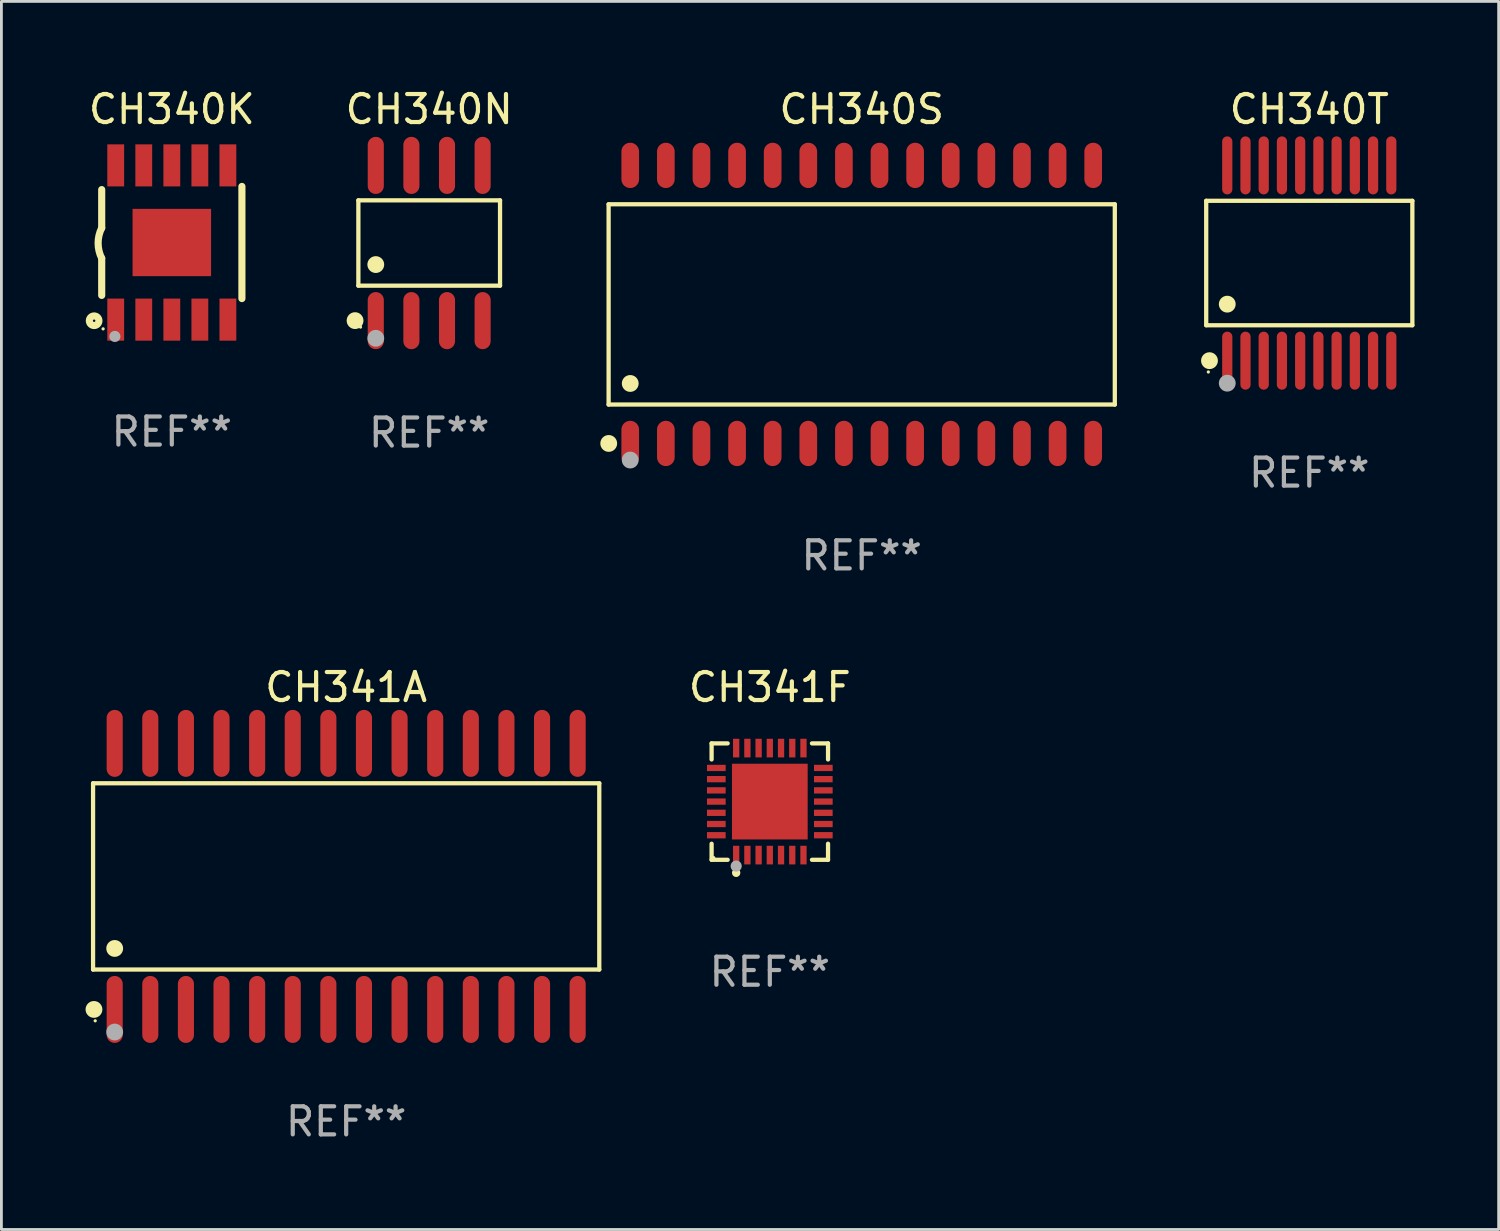
<source format=kicad_pcb>
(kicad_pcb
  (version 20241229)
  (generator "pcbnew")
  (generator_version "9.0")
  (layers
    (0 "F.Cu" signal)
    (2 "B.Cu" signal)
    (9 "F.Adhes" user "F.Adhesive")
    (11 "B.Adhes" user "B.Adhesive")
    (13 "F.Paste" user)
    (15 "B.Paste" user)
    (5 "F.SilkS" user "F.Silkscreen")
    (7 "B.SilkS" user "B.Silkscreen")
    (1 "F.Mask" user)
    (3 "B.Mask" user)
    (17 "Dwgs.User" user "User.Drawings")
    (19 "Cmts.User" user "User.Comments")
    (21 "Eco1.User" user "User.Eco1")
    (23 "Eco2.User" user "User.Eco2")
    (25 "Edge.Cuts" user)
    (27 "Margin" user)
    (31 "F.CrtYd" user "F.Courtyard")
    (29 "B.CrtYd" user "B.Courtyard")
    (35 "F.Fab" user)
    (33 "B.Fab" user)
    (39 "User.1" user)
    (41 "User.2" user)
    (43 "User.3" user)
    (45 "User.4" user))
  (footprint "CH340N"
    (layer "F.Cu")
    (at 12.256 5.616)
    (property "Reference" "CH340N" (at 0 -4.768 0) (layer "F.SilkS") (effects (font (size 1 1) (thickness 0.15))))
    (attr through_hole)
    (fp_line (start -2.526 -1.521) (end 2.526 -1.521) (stroke (width 0.152) (type solid)) (layer "F.SilkS"))
    (fp_line (start -2.526 1.521) (end -2.526 -1.521) (stroke (width 0.152) (type solid)) (layer "F.SilkS"))
    (fp_line (start 2.526 -1.521) (end 2.526 1.521) (stroke (width 0.152) (type solid)) (layer "F.SilkS"))
    (fp_line (start 2.526 1.521) (end -2.526 1.521) (stroke (width 0.152) (type solid)) (layer "F.SilkS"))
    (fp_circle (center -2.644 2.768) (end -2.494 2.768) (stroke (width 0.3) (type solid)) (fill no) (layer "F.SilkS"))
    (fp_circle (center -2.45 2.998) (end -2.42 2.998) (stroke (width 0.06) (type solid)) (fill no) (layer "F.SilkS"))
    (fp_circle (center -1.905 0.769) (end -1.755 0.769) (stroke (width 0.3) (type solid)) (fill no) (layer "F.SilkS"))
    (fp_circle (center -1.905 3.398) (end -1.755 3.398) (stroke (width 0.3) (type solid)) (fill no) (layer "F.Fab"))
    (fp_text user "REF**" (at 0 6.768 0) (layer "F.Fab") (effects (font (size 1 1) (thickness 0.15))))
    (pad "1" smd oval (at -1.905 2.768) (size 0.574 2.036) (layers "F.Cu" "F.Mask" "F.Paste"))
    (pad "2" smd oval (at -0.635 2.768) (size 0.574 2.036) (layers "F.Cu" "F.Mask" "F.Paste"))
    (pad "3" smd oval (at 0.635 2.768) (size 0.574 2.036) (layers "F.Cu" "F.Mask" "F.Paste"))
    (pad "4" smd oval (at 1.905 2.768) (size 0.574 2.036) (layers "F.Cu" "F.Mask" "F.Paste"))
    (pad "5" smd oval (at 1.905 -2.768) (size 0.574 2.036) (layers "F.Cu" "F.Mask" "F.Paste"))
    (pad "6" smd oval (at 0.635 -2.768) (size 0.574 2.036) (layers "F.Cu" "F.Mask" "F.Paste"))
    (pad "7" smd oval (at -0.635 -2.768) (size 0.574 2.036) (layers "F.Cu" "F.Mask" "F.Paste"))
    (pad "8" smd oval (at -1.905 -2.768) (size 0.574 2.036) (layers "F.Cu" "F.Mask" "F.Paste")))
  (footprint "CH340S"
    (layer "F.Cu")
    (at 27.68 7.806)
    (property "Reference" "CH340S" (at 0 -6.958 0) (layer "F.SilkS") (effects (font (size 1 1) (thickness 0.15))))
    (attr through_hole)
    (fp_line (start -9.026 -3.571) (end 9.026 -3.571) (stroke (width 0.152) (type solid)) (layer "F.SilkS"))
    (fp_line (start -9.026 3.571) (end -9.026 -3.571) (stroke (width 0.152) (type solid)) (layer "F.SilkS"))
    (fp_line (start 9.026 -3.571) (end 9.026 3.571) (stroke (width 0.152) (type solid)) (layer "F.SilkS"))
    (fp_line (start 9.026 3.571) (end -9.026 3.571) (stroke (width 0.152) (type solid)) (layer "F.SilkS"))
    (fp_circle (center -9.022 4.958) (end -8.872 4.958) (stroke (width 0.3) (type solid)) (fill no) (layer "F.SilkS"))
    (fp_circle (center -8.95 5.15) (end -8.92 5.15) (stroke (width 0.06) (type solid)) (fill no) (layer "F.SilkS"))
    (fp_circle (center -8.255 2.819) (end -8.105 2.819) (stroke (width 0.3) (type solid)) (fill no) (layer "F.SilkS"))
    (fp_circle (center -8.255 5.55) (end -8.105 5.55) (stroke (width 0.3) (type solid)) (fill no) (layer "F.Fab"))
    (fp_text user "REF**" (at 0 8.958 0) (layer "F.Fab") (effects (font (size 1 1) (thickness 0.15))))
    (pad "1" smd oval (at -8.255 4.958) (size 0.63 1.615) (layers "F.Cu" "F.Mask" "F.Paste"))
    (pad "2" smd oval (at -6.985 4.958) (size 0.63 1.615) (layers "F.Cu" "F.Mask" "F.Paste"))
    (pad "3" smd oval (at -5.715 4.958) (size 0.63 1.615) (layers "F.Cu" "F.Mask" "F.Paste"))
    (pad "4" smd oval (at -4.445 4.958) (size 0.63 1.615) (layers "F.Cu" "F.Mask" "F.Paste"))
    (pad "5" smd oval (at -3.175 4.958) (size 0.63 1.615) (layers "F.Cu" "F.Mask" "F.Paste"))
    (pad "6" smd oval (at -1.905 4.958) (size 0.63 1.615) (layers "F.Cu" "F.Mask" "F.Paste"))
    (pad "7" smd oval (at -0.635 4.958) (size 0.63 1.615) (layers "F.Cu" "F.Mask" "F.Paste"))
    (pad "8" smd oval (at 0.635 4.958) (size 0.63 1.615) (layers "F.Cu" "F.Mask" "F.Paste"))
    (pad "9" smd oval (at 1.905 4.958) (size 0.63 1.615) (layers "F.Cu" "F.Mask" "F.Paste"))
    (pad "10" smd oval (at 3.175 4.958) (size 0.63 1.615) (layers "F.Cu" "F.Mask" "F.Paste"))
    (pad "11" smd oval (at 4.445 4.958) (size 0.63 1.615) (layers "F.Cu" "F.Mask" "F.Paste"))
    (pad "12" smd oval (at 5.715 4.958) (size 0.63 1.615) (layers "F.Cu" "F.Mask" "F.Paste"))
    (pad "13" smd oval (at 6.985 4.958) (size 0.63 1.615) (layers "F.Cu" "F.Mask" "F.Paste"))
    (pad "14" smd oval (at 8.255 4.958) (size 0.63 1.615) (layers "F.Cu" "F.Mask" "F.Paste"))
    (pad "15" smd oval (at 8.255 -4.958) (size 0.63 1.615) (layers "F.Cu" "F.Mask" "F.Paste"))
    (pad "16" smd oval (at 6.985 -4.958) (size 0.63 1.615) (layers "F.Cu" "F.Mask" "F.Paste"))
    (pad "17" smd oval (at 5.715 -4.958) (size 0.63 1.615) (layers "F.Cu" "F.Mask" "F.Paste"))
    (pad "18" smd oval (at 4.445 -4.958) (size 0.63 1.615) (layers "F.Cu" "F.Mask" "F.Paste"))
    (pad "19" smd oval (at 3.175 -4.958) (size 0.63 1.615) (layers "F.Cu" "F.Mask" "F.Paste"))
    (pad "20" smd oval (at 1.905 -4.958) (size 0.63 1.615) (layers "F.Cu" "F.Mask" "F.Paste"))
    (pad "21" smd oval (at 0.635 -4.958) (size 0.63 1.615) (layers "F.Cu" "F.Mask" "F.Paste"))
    (pad "22" smd oval (at -0.635 -4.958) (size 0.63 1.615) (layers "F.Cu" "F.Mask" "F.Paste"))
    (pad "23" smd oval (at -1.905 -4.958) (size 0.63 1.615) (layers "F.Cu" "F.Mask" "F.Paste"))
    (pad "24" smd oval (at -3.175 -4.958) (size 0.63 1.615) (layers "F.Cu" "F.Mask" "F.Paste"))
    (pad "25" smd oval (at -4.445 -4.958) (size 0.63 1.615) (layers "F.Cu" "F.Mask" "F.Paste"))
    (pad "26" smd oval (at -5.715 -4.958) (size 0.63 1.615) (layers "F.Cu" "F.Mask" "F.Paste"))
    (pad "27" smd oval (at -6.985 -4.958) (size 0.63 1.615) (layers "F.Cu" "F.Mask" "F.Paste"))
    (pad "28" smd oval (at -8.255 -4.958) (size 0.63 1.615) (layers "F.Cu" "F.Mask" "F.Paste")))
  (footprint "CH340T"
    (layer "F.Cu")
    (at 43.641 6.33)
    (property "Reference" "CH340T" (at 0 -5.482 0) (layer "F.SilkS") (effects (font (size 1 1) (thickness 0.15))))
    (attr through_hole)
    (fp_line (start -3.676 -2.219) (end 3.676 -2.219) (stroke (width 0.152) (type solid)) (layer "F.SilkS"))
    (fp_line (start -3.676 2.219) (end -3.676 -2.219) (stroke (width 0.152) (type solid)) (layer "F.SilkS"))
    (fp_line (start 3.676 -2.219) (end 3.676 2.219) (stroke (width 0.152) (type solid)) (layer "F.SilkS"))
    (fp_line (start 3.676 2.219) (end -3.676 2.219) (stroke (width 0.152) (type solid)) (layer "F.SilkS"))
    (fp_circle (center -3.6 3.885) (end -3.57 3.885) (stroke (width 0.06) (type solid)) (fill no) (layer "F.SilkS"))
    (fp_circle (center -3.559 3.482) (end -3.409 3.482) (stroke (width 0.3) (type solid)) (fill no) (layer "F.SilkS"))
    (fp_circle (center -2.925 1.467) (end -2.775 1.467) (stroke (width 0.3) (type solid)) (fill no) (layer "F.SilkS"))
    (fp_circle (center -2.925 4.285) (end -2.775 4.285) (stroke (width 0.3) (type solid)) (fill no) (layer "F.Fab"))
    (fp_text user "REF**" (at 0 7.482 0) (layer "F.Fab") (effects (font (size 1 1) (thickness 0.15))))
    (pad "1" smd oval (at -2.925 3.482) (size 0.364 2.069) (layers "F.Cu" "F.Mask" "F.Paste"))
    (pad "2" smd oval (at -2.275 3.482) (size 0.364 2.069) (layers "F.Cu" "F.Mask" "F.Paste"))
    (pad "3" smd oval (at -1.625 3.482) (size 0.364 2.069) (layers "F.Cu" "F.Mask" "F.Paste"))
    (pad "4" smd oval (at -0.975 3.482) (size 0.364 2.069) (layers "F.Cu" "F.Mask" "F.Paste"))
    (pad "5" smd oval (at -0.325 3.482) (size 0.364 2.069) (layers "F.Cu" "F.Mask" "F.Paste"))
    (pad "6" smd oval (at 0.325 3.482) (size 0.364 2.069) (layers "F.Cu" "F.Mask" "F.Paste"))
    (pad "7" smd oval (at 0.975 3.482) (size 0.364 2.069) (layers "F.Cu" "F.Mask" "F.Paste"))
    (pad "8" smd oval (at 1.625 3.482) (size 0.364 2.069) (layers "F.Cu" "F.Mask" "F.Paste"))
    (pad "9" smd oval (at 2.275 3.482) (size 0.364 2.069) (layers "F.Cu" "F.Mask" "F.Paste"))
    (pad "10" smd oval (at 2.925 3.482) (size 0.364 2.069) (layers "F.Cu" "F.Mask" "F.Paste"))
    (pad "11" smd oval (at 2.925 -3.482) (size 0.364 2.069) (layers "F.Cu" "F.Mask" "F.Paste"))
    (pad "12" smd oval (at 2.275 -3.482) (size 0.364 2.069) (layers "F.Cu" "F.Mask" "F.Paste"))
    (pad "13" smd oval (at 1.625 -3.482) (size 0.364 2.069) (layers "F.Cu" "F.Mask" "F.Paste"))
    (pad "14" smd oval (at 0.975 -3.482) (size 0.364 2.069) (layers "F.Cu" "F.Mask" "F.Paste"))
    (pad "15" smd oval (at 0.325 -3.482) (size 0.364 2.069) (layers "F.Cu" "F.Mask" "F.Paste"))
    (pad "16" smd oval (at -0.325 -3.482) (size 0.364 2.069) (layers "F.Cu" "F.Mask" "F.Paste"))
    (pad "17" smd oval (at -0.975 -3.482) (size 0.364 2.069) (layers "F.Cu" "F.Mask" "F.Paste"))
    (pad "18" smd oval (at -1.625 -3.482) (size 0.364 2.069) (layers "F.Cu" "F.Mask" "F.Paste"))
    (pad "19" smd oval (at -2.275 -3.482) (size 0.364 2.069) (layers "F.Cu" "F.Mask" "F.Paste"))
    (pad "20" smd oval (at -2.925 -3.482) (size 0.364 2.069) (layers "F.Cu" "F.Mask" "F.Paste")))
  (footprint "CH341F"
    (layer "F.Cu")
    (at 24.403 25.536)
    (property "Reference" "CH341F" (at 0 -4.076 0) (layer "F.SilkS") (effects (font (size 1 1) (thickness 0.15))))
    (attr through_hole)
    (fp_line (start -2.076 -2.076) (end -1.503 -2.076) (stroke (width 0.152) (type solid)) (layer "F.SilkS"))
    (fp_line (start -2.076 -1.503) (end -2.076 -2.076) (stroke (width 0.152) (type solid)) (layer "F.SilkS"))
    (fp_line (start -2.076 1.503) (end -2.076 2.076) (stroke (width 0.152) (type solid)) (layer "F.SilkS"))
    (fp_line (start -2.076 2.076) (end -1.503 2.076) (stroke (width 0.152) (type solid)) (layer "F.SilkS"))
    (fp_line (start 2.076 -2.076) (end 1.503 -2.076) (stroke (width 0.152) (type solid)) (layer "F.SilkS"))
    (fp_line (start 2.076 -1.503) (end 2.076 -2.076) (stroke (width 0.152) (type solid)) (layer "F.SilkS"))
    (fp_line (start 2.076 1.503) (end 2.076 2.076) (stroke (width 0.152) (type solid)) (layer "F.SilkS"))
    (fp_line (start 2.076 2.076) (end 1.503 2.076) (stroke (width 0.152) (type solid)) (layer "F.SilkS"))
    (fp_circle (center -2 2) (end -1.97 2) (stroke (width 0.06) (type solid)) (fill no) (layer "F.SilkS"))
    (fp_circle (center -1.2 2.54) (end -1.125 2.54) (stroke (width 0.15) (type solid)) (fill no) (layer "F.SilkS"))
    (fp_circle (center -1.2 2.3) (end -1.1 2.3) (stroke (width 0.2) (type solid)) (fill no) (layer "F.Fab"))
    (fp_text user "REF**" (at 0 6.076 0) (layer "F.Fab") (effects (font (size 1 1) (thickness 0.15))))
    (pad "1" smd rect (at -1.2 1.908) (size 0.224 0.665) (layers "F.Cu" "F.Mask" "F.Paste"))
    (pad "2" smd rect (at -0.8 1.908) (size 0.224 0.665) (layers "F.Cu" "F.Mask" "F.Paste"))
    (pad "3" smd rect (at -0.4 1.908) (size 0.224 0.665) (layers "F.Cu" "F.Mask" "F.Paste"))
    (pad "4" smd rect (at 0 1.908) (size 0.224 0.665) (layers "F.Cu" "F.Mask" "F.Paste"))
    (pad "5" smd rect (at 0.4 1.908) (size 0.224 0.665) (layers "F.Cu" "F.Mask" "F.Paste"))
    (pad "6" smd rect (at 0.8 1.908) (size 0.224 0.665) (layers "F.Cu" "F.Mask" "F.Paste"))
    (pad "7" smd rect (at 1.2 1.908) (size 0.224 0.665) (layers "F.Cu" "F.Mask" "F.Paste"))
    (pad "8" smd rect (at 1.908 1.2) (size 0.665 0.224) (layers "F.Cu" "F.Mask" "F.Paste"))
    (pad "9" smd rect (at 1.908 0.8) (size 0.665 0.224) (layers "F.Cu" "F.Mask" "F.Paste"))
    (pad "10" smd rect (at 1.908 0.4) (size 0.665 0.224) (layers "F.Cu" "F.Mask" "F.Paste"))
    (pad "11" smd rect (at 1.908 0) (size 0.665 0.224) (layers "F.Cu" "F.Mask" "F.Paste"))
    (pad "12" smd rect (at 1.908 -0.4) (size 0.665 0.224) (layers "F.Cu" "F.Mask" "F.Paste"))
    (pad "13" smd rect (at 1.908 -0.8) (size 0.665 0.224) (layers "F.Cu" "F.Mask" "F.Paste"))
    (pad "14" smd rect (at 1.908 -1.2) (size 0.665 0.224) (layers "F.Cu" "F.Mask" "F.Paste"))
    (pad "15" smd rect (at 1.2 -1.908) (size 0.224 0.665) (layers "F.Cu" "F.Mask" "F.Paste"))
    (pad "16" smd rect (at 0.8 -1.908) (size 0.224 0.665) (layers "F.Cu" "F.Mask" "F.Paste"))
    (pad "17" smd rect (at 0.4 -1.908) (size 0.224 0.665) (layers "F.Cu" "F.Mask" "F.Paste"))
    (pad "18" smd rect (at 0 -1.908) (size 0.224 0.665) (layers "F.Cu" "F.Mask" "F.Paste"))
    (pad "19" smd rect (at -0.4 -1.908) (size 0.224 0.665) (layers "F.Cu" "F.Mask" "F.Paste"))
    (pad "20" smd rect (at -0.8 -1.908) (size 0.224 0.665) (layers "F.Cu" "F.Mask" "F.Paste"))
    (pad "21" smd rect (at -1.2 -1.908) (size 0.224 0.665) (layers "F.Cu" "F.Mask" "F.Paste"))
    (pad "22" smd rect (at -1.908 -1.2) (size 0.665 0.224) (layers "F.Cu" "F.Mask" "F.Paste"))
    (pad "23" smd rect (at -1.908 -0.8) (size 0.665 0.224) (layers "F.Cu" "F.Mask" "F.Paste"))
    (pad "24" smd rect (at -1.908 -0.4) (size 0.665 0.224) (layers "F.Cu" "F.Mask" "F.Paste"))
    (pad "25" smd rect (at -1.908 0) (size 0.665 0.224) (layers "F.Cu" "F.Mask" "F.Paste"))
    (pad "26" smd rect (at -1.908 0.4) (size 0.665 0.224) (layers "F.Cu" "F.Mask" "F.Paste"))
    (pad "27" smd rect (at -1.908 0.8) (size 0.665 0.224) (layers "F.Cu" "F.Mask" "F.Paste"))
    (pad "28" smd rect (at -1.908 1.2) (size 0.665 0.224) (layers "F.Cu" "F.Mask" "F.Paste"))
    (pad "29" smd rect (at 0 0) (size 2.7 2.7) (layers "F.Cu" "F.Mask" "F.Paste")))
  (footprint "CH340K"
    (layer "F.Cu")
    (at 3.077 5.598)
    (property "Reference" "CH340K" (at 0 -4.75 0) (layer "F.SilkS") (effects (font (size 1 1) (thickness 0.15))))
    (attr through_hole)
    (fp_line (start -2.5 -0.52) (end -2.5 -1.887) (stroke (width 0.254) (type solid)) (layer "F.SilkS"))
    (fp_line (start -2.5 1.887) (end -2.5 0.564) (stroke (width 0.254) (type solid)) (layer "F.SilkS"))
    (fp_line (start 2.5 -2) (end 2.5 2) (stroke (width 0.254) (type solid)) (layer "F.SilkS"))
    (fp_arc (start -2.50038 0.563018) (mid -2.628078 0.021482) (end -2.5 -0.519964) (stroke (width 0.254001) (type solid)) (layer "F.SilkS"))
    (fp_circle (center -2.77 2.79) (end -2.599 2.79) (stroke (width 0.254) (type solid)) (fill no) (layer "F.SilkS"))
    (fp_circle (center -2.45 3.08) (end -2.42 3.08) (stroke (width 0.06) (type solid)) (fill no) (layer "F.SilkS"))
    (fp_circle (center -2.03 3.35) (end -1.93 3.35) (stroke (width 0.2) (type solid)) (fill no) (layer "F.Fab"))
    (fp_text user "REF**" (at 0 6.75 0) (layer "F.Fab") (effects (font (size 1 1) (thickness 0.15))))
    (pad "1" smd rect (at -2 2.75) (size 0.6 1.5) (layers "F.Cu" "F.Mask" "F.Paste"))
    (pad "2" smd rect (at -1 2.75) (size 0.6 1.5) (layers "F.Cu" "F.Mask" "F.Paste"))
    (pad "3" smd rect (at 0.000127 2.75) (size 0.6 1.5) (layers "F.Cu" "F.Mask" "F.Paste"))
    (pad "4" smd rect (at 1 2.75) (size 0.6 1.5) (layers "F.Cu" "F.Mask" "F.Paste"))
    (pad "5" smd rect (at 2 2.75) (size 0.6 1.5) (layers "F.Cu" "F.Mask" "F.Paste"))
    (pad "6" smd rect (at 2 -2.75) (size 0.6 1.5) (layers "F.Cu" "F.Mask" "F.Paste"))
    (pad "7" smd rect (at 1 -2.75) (size 0.6 1.5) (layers "F.Cu" "F.Mask" "F.Paste"))
    (pad "8" smd rect (at 0.000127 -2.75) (size 0.6 1.5) (layers "F.Cu" "F.Mask" "F.Paste"))
    (pad "9" smd rect (at -1 -2.75) (size 0.6 1.5) (layers "F.Cu" "F.Mask" "F.Paste"))
    (pad "10" smd rect (at -2 -2.75) (size 0.6 1.5) (layers "F.Cu" "F.Mask" "F.Paste"))
    (pad "11" smd rect (at 0.000127 0.000127 180) (size 2.8 2.4) (layers "F.Cu" "F.Mask" "F.Paste")))
  (footprint "CH341A"
    (layer "F.Cu")
    (at 9.295 28.204)
    (property "Reference" "CH341A" (at 0 -6.744 0) (layer "F.SilkS") (effects (font (size 1 1) (thickness 0.15))))
    (attr through_hole)
    (fp_line (start -9.026 -3.321) (end 9.026 -3.321) (stroke (width 0.152) (type solid)) (layer "F.SilkS"))
    (fp_line (start -9.026 3.321) (end -9.026 -3.321) (stroke (width 0.152) (type solid)) (layer "F.SilkS"))
    (fp_line (start 9.026 -3.321) (end 9.026 3.321) (stroke (width 0.152) (type solid)) (layer "F.SilkS"))
    (fp_line (start 9.026 3.321) (end -9.026 3.321) (stroke (width 0.152) (type solid)) (layer "F.SilkS"))
    (fp_circle (center -8.994 4.744) (end -8.844 4.744) (stroke (width 0.3) (type solid)) (fill no) (layer "F.SilkS"))
    (fp_circle (center -8.95 5.15) (end -8.92 5.15) (stroke (width 0.06) (type solid)) (fill no) (layer "F.SilkS"))
    (fp_circle (center -8.255 2.569) (end -8.105 2.569) (stroke (width 0.3) (type solid)) (fill no) (layer "F.SilkS"))
    (fp_circle (center -8.255 5.55) (end -8.105 5.55) (stroke (width 0.3) (type solid)) (fill no) (layer "F.Fab"))
    (fp_text user "REF**" (at 0 8.744 0) (layer "F.Fab") (effects (font (size 1 1) (thickness 0.15))))
    (pad "1" smd oval (at -8.255 4.744) (size 0.574 2.388) (layers "F.Cu" "F.Mask" "F.Paste"))
    (pad "2" smd oval (at -6.985 4.744) (size 0.574 2.388) (layers "F.Cu" "F.Mask" "F.Paste"))
    (pad "3" smd oval (at -5.715 4.744) (size 0.574 2.388) (layers "F.Cu" "F.Mask" "F.Paste"))
    (pad "4" smd oval (at -4.445 4.744) (size 0.574 2.388) (layers "F.Cu" "F.Mask" "F.Paste"))
    (pad "5" smd oval (at -3.175 4.744) (size 0.574 2.388) (layers "F.Cu" "F.Mask" "F.Paste"))
    (pad "6" smd oval (at -1.905 4.744) (size 0.574 2.388) (layers "F.Cu" "F.Mask" "F.Paste"))
    (pad "7" smd oval (at -0.635 4.744) (size 0.574 2.388) (layers "F.Cu" "F.Mask" "F.Paste"))
    (pad "8" smd oval (at 0.635 4.744) (size 0.574 2.388) (layers "F.Cu" "F.Mask" "F.Paste"))
    (pad "9" smd oval (at 1.905 4.744) (size 0.574 2.388) (layers "F.Cu" "F.Mask" "F.Paste"))
    (pad "10" smd oval (at 3.175 4.744) (size 0.574 2.388) (layers "F.Cu" "F.Mask" "F.Paste"))
    (pad "11" smd oval (at 4.445 4.744) (size 0.574 2.388) (layers "F.Cu" "F.Mask" "F.Paste"))
    (pad "12" smd oval (at 5.715 4.744) (size 0.574 2.388) (layers "F.Cu" "F.Mask" "F.Paste"))
    (pad "13" smd oval (at 6.985 4.744) (size 0.574 2.388) (layers "F.Cu" "F.Mask" "F.Paste"))
    (pad "14" smd oval (at 8.255 4.744) (size 0.574 2.388) (layers "F.Cu" "F.Mask" "F.Paste"))
    (pad "15" smd oval (at 8.255 -4.744) (size 0.574 2.388) (layers "F.Cu" "F.Mask" "F.Paste"))
    (pad "16" smd oval (at 6.985 -4.744) (size 0.574 2.388) (layers "F.Cu" "F.Mask" "F.Paste"))
    (pad "17" smd oval (at 5.715 -4.744) (size 0.574 2.388) (layers "F.Cu" "F.Mask" "F.Paste"))
    (pad "18" smd oval (at 4.445 -4.744) (size 0.574 2.388) (layers "F.Cu" "F.Mask" "F.Paste"))
    (pad "19" smd oval (at 3.175 -4.744) (size 0.574 2.388) (layers "F.Cu" "F.Mask" "F.Paste"))
    (pad "20" smd oval (at 1.905 -4.744) (size 0.574 2.388) (layers "F.Cu" "F.Mask" "F.Paste"))
    (pad "21" smd oval (at 0.635 -4.744) (size 0.574 2.388) (layers "F.Cu" "F.Mask" "F.Paste"))
    (pad "22" smd oval (at -0.635 -4.744) (size 0.574 2.388) (layers "F.Cu" "F.Mask" "F.Paste"))
    (pad "23" smd oval (at -1.905 -4.744) (size 0.574 2.388) (layers "F.Cu" "F.Mask" "F.Paste"))
    (pad "24" smd oval (at -3.175 -4.744) (size 0.574 2.388) (layers "F.Cu" "F.Mask" "F.Paste"))
    (pad "25" smd oval (at -4.445 -4.744) (size 0.574 2.388) (layers "F.Cu" "F.Mask" "F.Paste"))
    (pad "26" smd oval (at -5.715 -4.744) (size 0.574 2.388) (layers "F.Cu" "F.Mask" "F.Paste"))
    (pad "27" smd oval (at -6.985 -4.744) (size 0.574 2.388) (layers "F.Cu" "F.Mask" "F.Paste"))
    (pad "28" smd oval (at -8.255 -4.744) (size 0.574 2.388) (layers "F.Cu" "F.Mask" "F.Paste")))
  (gr_rect
    (start -3 -3)
    (end 50.394 40.796)
    (stroke (width 0.1) (type default))
    (fill no)
    (layer "Edge.Cuts")))
</source>
